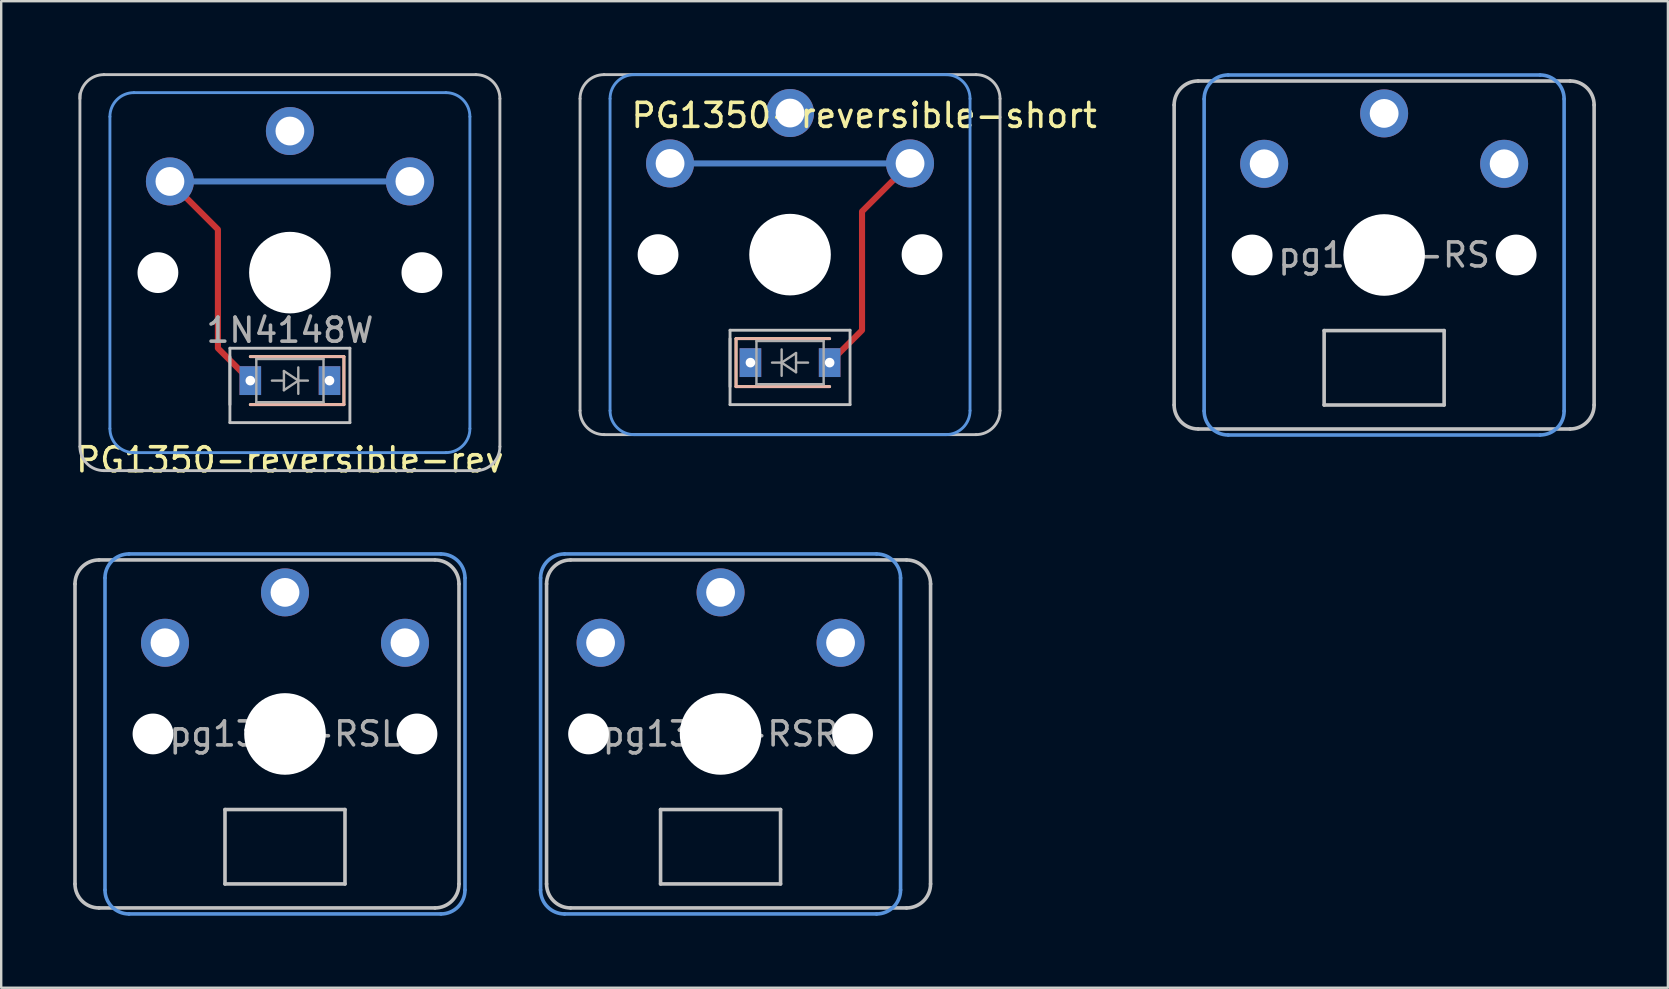
<source format=kicad_pcb>
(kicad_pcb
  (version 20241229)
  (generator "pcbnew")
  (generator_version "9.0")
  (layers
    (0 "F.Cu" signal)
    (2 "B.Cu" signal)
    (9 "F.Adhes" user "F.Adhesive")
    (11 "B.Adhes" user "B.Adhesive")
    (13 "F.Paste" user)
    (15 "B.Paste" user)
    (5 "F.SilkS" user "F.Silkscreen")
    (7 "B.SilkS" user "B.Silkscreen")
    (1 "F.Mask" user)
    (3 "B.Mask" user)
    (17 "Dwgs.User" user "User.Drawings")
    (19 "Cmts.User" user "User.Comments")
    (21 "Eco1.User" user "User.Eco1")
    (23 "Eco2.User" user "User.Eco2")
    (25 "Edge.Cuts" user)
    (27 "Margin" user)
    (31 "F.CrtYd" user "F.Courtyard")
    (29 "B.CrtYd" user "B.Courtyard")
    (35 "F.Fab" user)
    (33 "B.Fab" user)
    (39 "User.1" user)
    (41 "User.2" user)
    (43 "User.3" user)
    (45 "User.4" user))
  (footprint "PG1350-reversible-rev"
    (layer "F.Cu")
    (at 9.03 12.81)
    (property "Reference" "PG1350-reversible-rev" (at 0 3.3 0) (layer "F.SilkS") (effects (font (size 1 1) (thickness 0.15))))
    (attr through_hole)
    (fp_line (start 2.25 -1) (end -1.65 -1) (stroke (width 0.12) (type solid)) (layer "F.SilkS"))
    (fp_line (start 2.25 1) (end -1.65 1) (stroke (width 0.12) (type solid)) (layer "F.SilkS"))
    (fp_line (start 2.25 1) (end 2.25 -1) (stroke (width 0.12) (type solid)) (layer "F.SilkS"))
    (fp_line (start -1.65 1) (end 2.25 1) (stroke (width 0.12) (type solid)) (layer "B.SilkS"))
    (fp_line (start 2.25 -1) (end -1.65 -1) (stroke (width 0.12) (type solid)) (layer "B.SilkS"))
    (fp_line (start 2.25 1) (end 2.25 -1) (stroke (width 0.12) (type solid)) (layer "B.SilkS"))
    (fp_line (start -8.75 2.75) (end -8.75 -11.95) (stroke (width 0.12) (type solid)) (layer "Dwgs.User"))
    (fp_line (start -7.75 -12.75) (end 7.75 -12.75) (stroke (width 0.12) (type solid)) (layer "Dwgs.User"))
    (fp_line (start -2.5 -1.35) (end -2.5 1.75) (stroke (width 0.12) (type solid)) (layer "Dwgs.User"))
    (fp_line (start -2.5 1) (end -2.5 -1) (stroke (width 0.12) (type solid)) (layer "Dwgs.User"))
    (fp_line (start -2.5 1.75) (end 2.5 1.75) (stroke (width 0.12) (type solid)) (layer "Dwgs.User"))
    (fp_line (start 2.5 -1.35) (end -2.5 -1.35) (stroke (width 0.12) (type solid)) (layer "Dwgs.User"))
    (fp_line (start 2.5 1.75) (end 2.5 -1.35) (stroke (width 0.12) (type solid)) (layer "Dwgs.User"))
    (fp_line (start 7.75 3.75) (end -7.75 3.75) (stroke (width 0.12) (type solid)) (layer "Dwgs.User"))
    (fp_line (start 8.75 -11.75) (end 8.75 2.75) (stroke (width 0.12) (type solid)) (layer "Dwgs.User"))
    (fp_arc (start -8.75 -11.75) (mid -8.457107 -12.457107) (end -7.75 -12.75) (stroke (width 0.12) (type solid)) (layer "Dwgs.User"))
    (fp_arc (start -7.75 3.75) (mid -8.457107 3.457107) (end -8.75 2.75) (stroke (width 0.12) (type solid)) (layer "Dwgs.User"))
    (fp_arc (start 7.75 -12.75) (mid 8.457107 -12.457107) (end 8.75 -11.75) (stroke (width 0.12) (type solid)) (layer "Dwgs.User"))
    (fp_arc (start 8.75 2.75) (mid 8.457107 3.457107) (end 7.75 3.75) (stroke (width 0.12) (type solid)) (layer "Dwgs.User"))
    (fp_line (start -7.5 -11) (end -7.5 2) (stroke (width 0.12) (type solid)) (layer "Cmts.User"))
    (fp_line (start -6.5 3) (end 6.5 3) (stroke (width 0.12) (type solid)) (layer "Cmts.User"))
    (fp_line (start 6.5 -12) (end -6.5 -12) (stroke (width 0.12) (type solid)) (layer "Cmts.User"))
    (fp_line (start 7.5 2) (end 7.5 -11) (stroke (width 0.12) (type solid)) (layer "Cmts.User"))
    (fp_arc (start -7.5 -11) (mid -7.207107 -11.707107) (end -6.5 -12) (stroke (width 0.12) (type solid)) (layer "Cmts.User"))
    (fp_arc (start -6.5 3) (mid -7.207107 2.707107) (end -7.5 2) (stroke (width 0.12) (type solid)) (layer "Cmts.User"))
    (fp_arc (start 6.5 -12) (mid 7.207107 -11.707107) (end 7.5 -11) (stroke (width 0.12) (type solid)) (layer "Cmts.User"))
    (fp_arc (start 7.5 2) (mid 7.207107 2.707107) (end 6.5 3) (stroke (width 0.12) (type solid)) (layer "Cmts.User"))
    (fp_line (start -1.4 -0.9) (end 1.4 -0.9) (stroke (width 0.1) (type solid)) (layer "F.Fab"))
    (fp_line (start -1.4 0.9) (end -1.4 -0.9) (stroke (width 0.1) (type solid)) (layer "F.Fab"))
    (fp_line (start -0.25 -0.4) (end 0.35 0) (stroke (width 0.1) (type solid)) (layer "F.Fab"))
    (fp_line (start -0.25 0) (end -0.75 0) (stroke (width 0.1) (type solid)) (layer "F.Fab"))
    (fp_line (start -0.25 0.4) (end -0.25 -0.4) (stroke (width 0.1) (type solid)) (layer "F.Fab"))
    (fp_line (start 0.35 0) (end -0.25 0.4) (stroke (width 0.1) (type solid)) (layer "F.Fab"))
    (fp_line (start 0.35 0) (end 0.35 -0.55) (stroke (width 0.1) (type solid)) (layer "F.Fab"))
    (fp_line (start 0.35 0) (end 0.35 0.55) (stroke (width 0.1) (type solid)) (layer "F.Fab"))
    (fp_line (start 0.75 0) (end 0.35 0) (stroke (width 0.1) (type solid)) (layer "F.Fab"))
    (fp_line (start 1.4 -0.9) (end 1.4 0.9) (stroke (width 0.1) (type solid)) (layer "F.Fab"))
    (fp_line (start 1.4 0.9) (end -1.4 0.9) (stroke (width 0.1) (type solid)) (layer "F.Fab"))
    (fp_text user "1N4148W" (at 0 -2.1 0) (layer "F.Fab") (effects (font (size 1 1) (thickness 0.15))))
    (pad "" np_thru_hole circle (at -5.5 -4.5) (size 1.7 1.7) (drill 1.7) (layers "*.Cu" "*.Mask"))
    (pad "" np_thru_hole circle (at 0 -4.5) (size 3.4 3.4) (drill 3.4) (layers "*.Cu" "*.Mask"))
    (pad "" np_thru_hole circle (at 5.5 -4.5) (size 1.7 1.7) (drill 1.7) (layers "*.Cu" "*.Mask"))
    (pad "1" thru_hole circle (at 0 -10.4) (size 2 2) (drill 1.2) (layers "*.Cu" "*.Mask"))
    (pad "2" thru_hole rect (at 1.65 0 180) (size 0.9 1.2) (drill 0.4) (layers "*.Cu" "*.Mask"))
    (pad "3" smd custom (at -5 -8.3 180) (size 0.254 0.254) (layers "F.Cu") (options (anchor circle)) (primitives (gr_line (start -2 -2) (end -2 -6.95) (width 0.254)) (gr_line (start -2 -2) (end 0 0) (width 0.254)) (gr_line (start -2 -6.95) (end -3.35 -8.3) (width 0.254))))
    (pad "3" thru_hole circle (at -5 -8.3 221.9) (size 2 2) (drill 1.2) (layers "*.Cu" "F.Mask"))
    (pad "3" thru_hole rect (at -1.65 0 180) (size 0.9 1.2) (drill 0.4) (layers "*.Cu" "*.Mask"))
    (pad "3" smd roundrect (at 0 -8.3) (size 10.254 0.254) (layers "B.Cu") (roundrect_rratio 0.5))
    (pad "3" thru_hole circle (at 5 -8.3 221.9) (size 2 2) (drill 1.2) (layers "*.Cu" "B.Mask")))
  (footprint "pg1350-RSR"
    (layer "F.Cu")
    (at 26.975 27.533)
    (property "Reference" "pg1350-RSR" (at 0 0 0) (layer "F.Fab") (effects (font (size 1 1) (thickness 0.15))))
    (attr through_hole)
    (fp_line (start -7.25 6.25) (end -7.25 -6.25) (stroke (width 0.15) (type solid)) (layer "Dwgs.User"))
    (fp_line (start -6.25 -7.25) (end 7.75 -7.25) (stroke (width 0.15) (type solid)) (layer "Dwgs.User"))
    (fp_line (start -2.5 3.15) (end -2.5 6.25) (stroke (width 0.15) (type solid)) (layer "Dwgs.User"))
    (fp_line (start -2.5 6.25) (end 2.5 6.25) (stroke (width 0.15) (type solid)) (layer "Dwgs.User"))
    (fp_line (start 2.5 3.15) (end -2.5 3.15) (stroke (width 0.15) (type solid)) (layer "Dwgs.User"))
    (fp_line (start 2.5 6.25) (end 2.5 3.15) (stroke (width 0.15) (type solid)) (layer "Dwgs.User"))
    (fp_line (start 7.75 7.25) (end -6.25 7.25) (stroke (width 0.15) (type solid)) (layer "Dwgs.User"))
    (fp_line (start 8.75 -6.25) (end 8.75 6.25) (stroke (width 0.15) (type solid)) (layer "Dwgs.User"))
    (fp_arc (start -7.25 -6.25) (mid -6.957107 -6.957107) (end -6.25 -7.25) (stroke (width 0.15) (type solid)) (layer "Dwgs.User"))
    (fp_arc (start -6.25 7.25) (mid -6.957107 6.957107) (end -7.25 6.25) (stroke (width 0.15) (type solid)) (layer "Dwgs.User"))
    (fp_arc (start 7.75 -7.25) (mid 8.457107 -6.957107) (end 8.75 -6.25) (stroke (width 0.15) (type solid)) (layer "Dwgs.User"))
    (fp_arc (start 8.75 6.25) (mid 8.457107 6.957107) (end 7.75 7.25) (stroke (width 0.15) (type solid)) (layer "Dwgs.User"))
    (fp_line (start -7.5 6.5) (end -7.5 -6.5) (stroke (width 0.15) (type solid)) (layer "Cmts.User"))
    (fp_line (start -6.5 -7.5) (end 6.5 -7.5) (stroke (width 0.15) (type solid)) (layer "Cmts.User"))
    (fp_line (start 6.5 7.5) (end -6.5 7.5) (stroke (width 0.15) (type solid)) (layer "Cmts.User"))
    (fp_line (start 7.5 -6.5) (end 7.5 6.5) (stroke (width 0.15) (type solid)) (layer "Cmts.User"))
    (fp_arc (start -7.5 -6.5) (mid -7.207107 -7.207107) (end -6.5 -7.5) (stroke (width 0.15) (type solid)) (layer "Cmts.User"))
    (fp_arc (start -6.5 7.5) (mid -7.207107 7.207107) (end -7.5 6.5) (stroke (width 0.15) (type solid)) (layer "Cmts.User"))
    (fp_arc (start 6.5 -7.5) (mid 7.207107 -7.207107) (end 7.5 -6.5) (stroke (width 0.15) (type solid)) (layer "Cmts.User"))
    (fp_arc (start 7.5 6.5) (mid 7.207107 7.207107) (end 6.5 7.5) (stroke (width 0.15) (type solid)) (layer "Cmts.User"))
    (pad "" np_thru_hole circle (at -5.5 0) (size 1.7 1.7) (drill 1.7) (layers "*.Cu" "*.Mask"))
    (pad "" np_thru_hole circle (at 0 0) (size 3.4 3.4) (drill 3.4) (layers "*.Cu" "*.Mask"))
    (pad "" np_thru_hole circle (at 5.5 0) (size 1.7 1.7) (drill 1.7) (layers "*.Cu" "*.Mask"))
    (pad "1" thru_hole circle (at 0 -5.9) (size 2 2) (drill 1.2) (layers "*.Cu" "*.Mask"))
    (pad "2" thru_hole circle (at -5 -3.8) (size 2 2) (drill 1.2) (layers "*.Cu" "F.Mask"))
    (pad "2" thru_hole circle (at 5 -3.8) (size 2 2) (drill 1.2) (layers "*.Cu" "B.Mask")))
  (footprint "pg1350-RS"
    (layer "F.Cu")
    (at 54.625 7.575)
    (property "Reference" "pg1350-RS" (at 0 0 0) (layer "F.Fab") (effects (font (size 1 1) (thickness 0.15))))
    (attr through_hole)
    (fp_line (start -8.75 6.25) (end -8.75 -6.25) (stroke (width 0.15) (type solid)) (layer "Dwgs.User"))
    (fp_line (start -7.75 -7.25) (end 7.75 -7.25) (stroke (width 0.15) (type solid)) (layer "Dwgs.User"))
    (fp_line (start -2.5 3.15) (end -2.5 6.25) (stroke (width 0.15) (type solid)) (layer "Dwgs.User"))
    (fp_line (start -2.5 6.25) (end 2.5 6.25) (stroke (width 0.15) (type solid)) (layer "Dwgs.User"))
    (fp_line (start 2.5 3.15) (end -2.5 3.15) (stroke (width 0.15) (type solid)) (layer "Dwgs.User"))
    (fp_line (start 2.5 6.25) (end 2.5 3.15) (stroke (width 0.15) (type solid)) (layer "Dwgs.User"))
    (fp_line (start 7.75 7.25) (end -7.75 7.25) (stroke (width 0.15) (type solid)) (layer "Dwgs.User"))
    (fp_line (start 8.75 -6.25) (end 8.75 6.25) (stroke (width 0.15) (type solid)) (layer "Dwgs.User"))
    (fp_arc (start -8.75 -6.25) (mid -8.457107 -6.957107) (end -7.75 -7.25) (stroke (width 0.15) (type solid)) (layer "Dwgs.User"))
    (fp_arc (start -7.75 7.25) (mid -8.457107 6.957107) (end -8.75 6.25) (stroke (width 0.15) (type solid)) (layer "Dwgs.User"))
    (fp_arc (start 7.75 -7.25) (mid 8.457107 -6.957107) (end 8.75 -6.25) (stroke (width 0.15) (type solid)) (layer "Dwgs.User"))
    (fp_arc (start 8.75 6.25) (mid 8.457107 6.957107) (end 7.75 7.25) (stroke (width 0.15) (type solid)) (layer "Dwgs.User"))
    (fp_line (start -7.5 6.5) (end -7.5 -6.5) (stroke (width 0.15) (type solid)) (layer "Cmts.User"))
    (fp_line (start -6.5 -7.5) (end 6.5 -7.5) (stroke (width 0.15) (type solid)) (layer "Cmts.User"))
    (fp_line (start 6.5 7.5) (end -6.5 7.5) (stroke (width 0.15) (type solid)) (layer "Cmts.User"))
    (fp_line (start 7.5 -6.5) (end 7.5 6.5) (stroke (width 0.15) (type solid)) (layer "Cmts.User"))
    (fp_arc (start -7.5 -6.5) (mid -7.207107 -7.207107) (end -6.5 -7.5) (stroke (width 0.15) (type solid)) (layer "Cmts.User"))
    (fp_arc (start -6.5 7.5) (mid -7.207107 7.207107) (end -7.5 6.5) (stroke (width 0.15) (type solid)) (layer "Cmts.User"))
    (fp_arc (start 6.5 -7.5) (mid 7.207107 -7.207107) (end 7.5 -6.5) (stroke (width 0.15) (type solid)) (layer "Cmts.User"))
    (fp_arc (start 7.5 6.5) (mid 7.207107 7.207107) (end 6.5 7.5) (stroke (width 0.15) (type solid)) (layer "Cmts.User"))
    (pad "" np_thru_hole circle (at -5.5 0) (size 1.7 1.7) (drill 1.7) (layers "*.Cu" "*.Mask"))
    (pad "" np_thru_hole circle (at 0 0) (size 3.4 3.4) (drill 3.4) (layers "*.Cu" "*.Mask"))
    (pad "" np_thru_hole circle (at 5.5 0) (size 1.7 1.7) (drill 1.7) (layers "*.Cu" "*.Mask"))
    (pad "1" thru_hole circle (at 0 -5.9) (size 2 2) (drill 1.2) (layers "*.Cu" "*.Mask"))
    (pad "2" thru_hole circle (at -5 -3.8) (size 2 2) (drill 1.2) (layers "*.Cu" "F.Mask"))
    (pad "2" thru_hole circle (at 5 -3.8) (size 2 2) (drill 1.2) (layers "*.Cu" "B.Mask")))
  (footprint "pg1350-RSL"
    (layer "F.Cu")
    (at 8.825 27.533)
    (property "Reference" "pg1350-RSL" (at 0 0 0) (layer "F.Fab") (effects (font (size 1 1) (thickness 0.15))))
    (attr through_hole)
    (fp_line (start -8.75 6.25) (end -8.75 -6.25) (stroke (width 0.15) (type solid)) (layer "Dwgs.User"))
    (fp_line (start -7.75 -7.25) (end 6.25 -7.25) (stroke (width 0.15) (type solid)) (layer "Dwgs.User"))
    (fp_line (start -2.5 3.15) (end -2.5 6.25) (stroke (width 0.15) (type solid)) (layer "Dwgs.User"))
    (fp_line (start -2.5 6.25) (end 2.5 6.25) (stroke (width 0.15) (type solid)) (layer "Dwgs.User"))
    (fp_line (start 2.5 3.15) (end -2.5 3.15) (stroke (width 0.15) (type solid)) (layer "Dwgs.User"))
    (fp_line (start 2.5 6.25) (end 2.5 3.15) (stroke (width 0.15) (type solid)) (layer "Dwgs.User"))
    (fp_line (start 6.25 7.25) (end -7.75 7.25) (stroke (width 0.15) (type solid)) (layer "Dwgs.User"))
    (fp_line (start 7.25 -6.25) (end 7.25 6.25) (stroke (width 0.15) (type solid)) (layer "Dwgs.User"))
    (fp_arc (start -8.75 -6.25) (mid -8.457107 -6.957107) (end -7.75 -7.25) (stroke (width 0.15) (type solid)) (layer "Dwgs.User"))
    (fp_arc (start -7.75 7.25) (mid -8.457107 6.957107) (end -8.75 6.25) (stroke (width 0.15) (type solid)) (layer "Dwgs.User"))
    (fp_arc (start 6.25 -7.25) (mid 6.957107 -6.957107) (end 7.25 -6.25) (stroke (width 0.15) (type solid)) (layer "Dwgs.User"))
    (fp_arc (start 7.25 6.25) (mid 6.957107 6.957107) (end 6.25 7.25) (stroke (width 0.15) (type solid)) (layer "Dwgs.User"))
    (fp_line (start -7.5 6.5) (end -7.5 -6.5) (stroke (width 0.15) (type solid)) (layer "Cmts.User"))
    (fp_line (start -6.5 -7.5) (end 6.5 -7.5) (stroke (width 0.15) (type solid)) (layer "Cmts.User"))
    (fp_line (start 6.5 7.5) (end -6.5 7.5) (stroke (width 0.15) (type solid)) (layer "Cmts.User"))
    (fp_line (start 7.5 -6.5) (end 7.5 6.5) (stroke (width 0.15) (type solid)) (layer "Cmts.User"))
    (fp_arc (start -7.5 -6.5) (mid -7.207107 -7.207107) (end -6.5 -7.5) (stroke (width 0.15) (type solid)) (layer "Cmts.User"))
    (fp_arc (start -6.5 7.5) (mid -7.207107 7.207107) (end -7.5 6.5) (stroke (width 0.15) (type solid)) (layer "Cmts.User"))
    (fp_arc (start 6.5 -7.5) (mid 7.207107 -7.207107) (end 7.5 -6.5) (stroke (width 0.15) (type solid)) (layer "Cmts.User"))
    (fp_arc (start 7.5 6.5) (mid 7.207107 7.207107) (end 6.5 7.5) (stroke (width 0.15) (type solid)) (layer "Cmts.User"))
    (pad "" np_thru_hole circle (at -5.5 0) (size 1.7 1.7) (drill 1.7) (layers "*.Cu" "*.Mask"))
    (pad "" np_thru_hole circle (at 0 0) (size 3.4 3.4) (drill 3.4) (layers "*.Cu" "*.Mask"))
    (pad "" np_thru_hole circle (at 5.5 0) (size 1.7 1.7) (drill 1.7) (layers "*.Cu" "*.Mask"))
    (pad "1" thru_hole circle (at 0 -5.9) (size 2 2) (drill 1.2) (layers "*.Cu" "*.Mask"))
    (pad "2" thru_hole circle (at -5 -3.8) (size 2 2) (drill 1.2) (layers "*.Cu" "F.Mask"))
    (pad "2" thru_hole circle (at 5 -3.8) (size 2 2) (drill 1.2) (layers "*.Cu" "B.Mask")))
  (footprint "PG1350-reversible-short"
    (layer "F.Cu")
    (at 29.87 12.06)
    (property "Reference" "PG1350-reversible-short" (at -6.7 -10.3 0) (layer "F.SilkS") (effects (font (size 1 1) (thickness 0.15)) (justify left)))
    (attr smd)
    (fp_line (start -2.25 -1) (end -2.25 1) (stroke (width 0.12) (type solid)) (layer "F.SilkS"))
    (fp_line (start -2.25 -1) (end 1.65 -1) (stroke (width 0.12) (type solid)) (layer "F.SilkS"))
    (fp_line (start -2.25 1) (end 1.65 1) (stroke (width 0.12) (type solid)) (layer "F.SilkS"))
    (fp_line (start -2.25 -1) (end -2.25 1) (stroke (width 0.12) (type solid)) (layer "B.SilkS"))
    (fp_line (start -2.25 1) (end 1.65 1) (stroke (width 0.12) (type solid)) (layer "B.SilkS"))
    (fp_line (start 1.65 -1) (end -2.25 -1) (stroke (width 0.12) (type solid)) (layer "B.SilkS"))
    (fp_line (start -8.75 2) (end -8.75 -11) (stroke (width 0.12) (type solid)) (layer "Dwgs.User"))
    (fp_line (start -7.75 -12) (end 7.75 -12) (stroke (width 0.12) (type solid)) (layer "Dwgs.User"))
    (fp_line (start -2.5 -1.35) (end -2.5 1.75) (stroke (width 0.12) (type solid)) (layer "Dwgs.User"))
    (fp_line (start -2.5 1) (end -2.5 -1) (stroke (width 0.12) (type solid)) (layer "Dwgs.User"))
    (fp_line (start -2.5 1.75) (end 2.5 1.75) (stroke (width 0.12) (type solid)) (layer "Dwgs.User"))
    (fp_line (start 2.5 -1.35) (end -2.5 -1.35) (stroke (width 0.12) (type solid)) (layer "Dwgs.User"))
    (fp_line (start 2.5 1.75) (end 2.5 -1.35) (stroke (width 0.12) (type solid)) (layer "Dwgs.User"))
    (fp_line (start 7.75 3) (end -7.75 3) (stroke (width 0.12) (type solid)) (layer "Dwgs.User"))
    (fp_line (start 8.75 -11) (end 8.75 2) (stroke (width 0.12) (type solid)) (layer "Dwgs.User"))
    (fp_arc (start -8.75 -11) (mid -8.457107 -11.707107) (end -7.75 -12) (stroke (width 0.12) (type solid)) (layer "Dwgs.User"))
    (fp_arc (start -7.75 3) (mid -8.457107 2.707107) (end -8.75 2) (stroke (width 0.12) (type solid)) (layer "Dwgs.User"))
    (fp_arc (start 7.75 -12) (mid 8.457107 -11.707107) (end 8.75 -11) (stroke (width 0.12) (type solid)) (layer "Dwgs.User"))
    (fp_arc (start 8.75 2) (mid 8.457107 2.707107) (end 7.75 3) (stroke (width 0.12) (type solid)) (layer "Dwgs.User"))
    (fp_line (start -7.5 -11) (end -7.5 2) (stroke (width 0.12) (type solid)) (layer "Cmts.User"))
    (fp_line (start -6.5 3) (end 6.5 3) (stroke (width 0.12) (type solid)) (layer "Cmts.User"))
    (fp_line (start 6.5 -12) (end -6.5 -12) (stroke (width 0.12) (type solid)) (layer "Cmts.User"))
    (fp_line (start 7.5 2) (end 7.5 -11) (stroke (width 0.12) (type solid)) (layer "Cmts.User"))
    (fp_arc (start -7.5 -11) (mid -7.207107 -11.707107) (end -6.5 -12) (stroke (width 0.12) (type solid)) (layer "Cmts.User"))
    (fp_arc (start -6.5 3) (mid -7.207107 2.707107) (end -7.5 2) (stroke (width 0.12) (type solid)) (layer "Cmts.User"))
    (fp_arc (start 6.5 -12) (mid 7.207107 -11.707107) (end 7.5 -11) (stroke (width 0.12) (type solid)) (layer "Cmts.User"))
    (fp_arc (start 7.5 2) (mid 7.207107 2.707107) (end 6.5 3) (stroke (width 0.12) (type solid)) (layer "Cmts.User"))
    (fp_line (start -1.4 -0.9) (end 1.4 -0.9) (stroke (width 0.1) (type solid)) (layer "F.Fab"))
    (fp_line (start -1.4 0.9) (end -1.4 -0.9) (stroke (width 0.1) (type solid)) (layer "F.Fab"))
    (fp_line (start -0.75 0) (end -0.35 0) (stroke (width 0.1) (type solid)) (layer "F.Fab"))
    (fp_line (start -0.35 0) (end -0.35 -0.55) (stroke (width 0.1) (type solid)) (layer "F.Fab"))
    (fp_line (start -0.35 0) (end -0.35 0.55) (stroke (width 0.1) (type solid)) (layer "F.Fab"))
    (fp_line (start -0.35 0) (end 0.25 -0.4) (stroke (width 0.1) (type solid)) (layer "F.Fab"))
    (fp_line (start 0.25 -0.4) (end 0.25 0.4) (stroke (width 0.1) (type solid)) (layer "F.Fab"))
    (fp_line (start 0.25 0) (end 0.75 0) (stroke (width 0.1) (type solid)) (layer "F.Fab"))
    (fp_line (start 0.25 0.4) (end -0.35 0) (stroke (width 0.1) (type solid)) (layer "F.Fab"))
    (fp_line (start 1.4 -0.9) (end 1.4 0.9) (stroke (width 0.1) (type solid)) (layer "F.Fab"))
    (fp_line (start 1.4 0.9) (end -1.4 0.9) (stroke (width 0.1) (type solid)) (layer "F.Fab"))
    (pad "" np_thru_hole circle (at -5.5 -4.5) (size 1.7 1.7) (drill 1.7) (layers "*.Cu" "*.Mask"))
    (pad "" np_thru_hole circle (at 0 -4.5) (size 3.4 3.4) (drill 3.4) (layers "*.Cu" "*.Mask"))
    (pad "" np_thru_hole circle (at 5.5 -4.5) (size 1.7 1.7) (drill 1.7) (layers "*.Cu" "*.Mask"))
    (pad "1" thru_hole circle (at 0 -10.4) (size 2 2) (drill 1.2) (layers "*.Cu" "*.Mask"))
    (pad "2" thru_hole rect (at -1.65 0) (size 0.9 1.2) (drill 0.4) (layers "*.Cu" "*.Mask"))
    (pad "3" thru_hole circle (at -5 -8.3 221.9) (size 2 2) (drill 1.2) (layers "*.Cu" "F.Mask"))
    (pad "3" smd roundrect (at 0 -8.3) (size 10.254 0.254) (layers "B.Cu") (roundrect_rratio 0.5))
    (pad "3" thru_hole rect (at 1.65 0) (size 0.9 1.2) (drill 0.4) (layers "*.Cu" "*.Mask"))
    (pad "3" smd custom (at 5 -8.3) (size 0.254 0.254) (layers "F.Cu") (options (anchor circle)) (primitives (gr_line (start -2 2) (end -2 6.95) (width 0.254)) (gr_line (start -2 2) (end 0 0) (width 0.254)) (gr_line (start -2 6.95) (end -3.35 8.3) (width 0.254))))
    (pad "3" thru_hole circle (at 5 -8.3 221.9) (size 2 2) (drill 1.2) (layers "*.Cu" "B.Mask")))
  (gr_rect
    (start -3 -3)
    (end 66.45 38.108)
    (stroke (width 0.1) (type default))
    (fill no)
    (layer "Edge.Cuts")))
</source>
